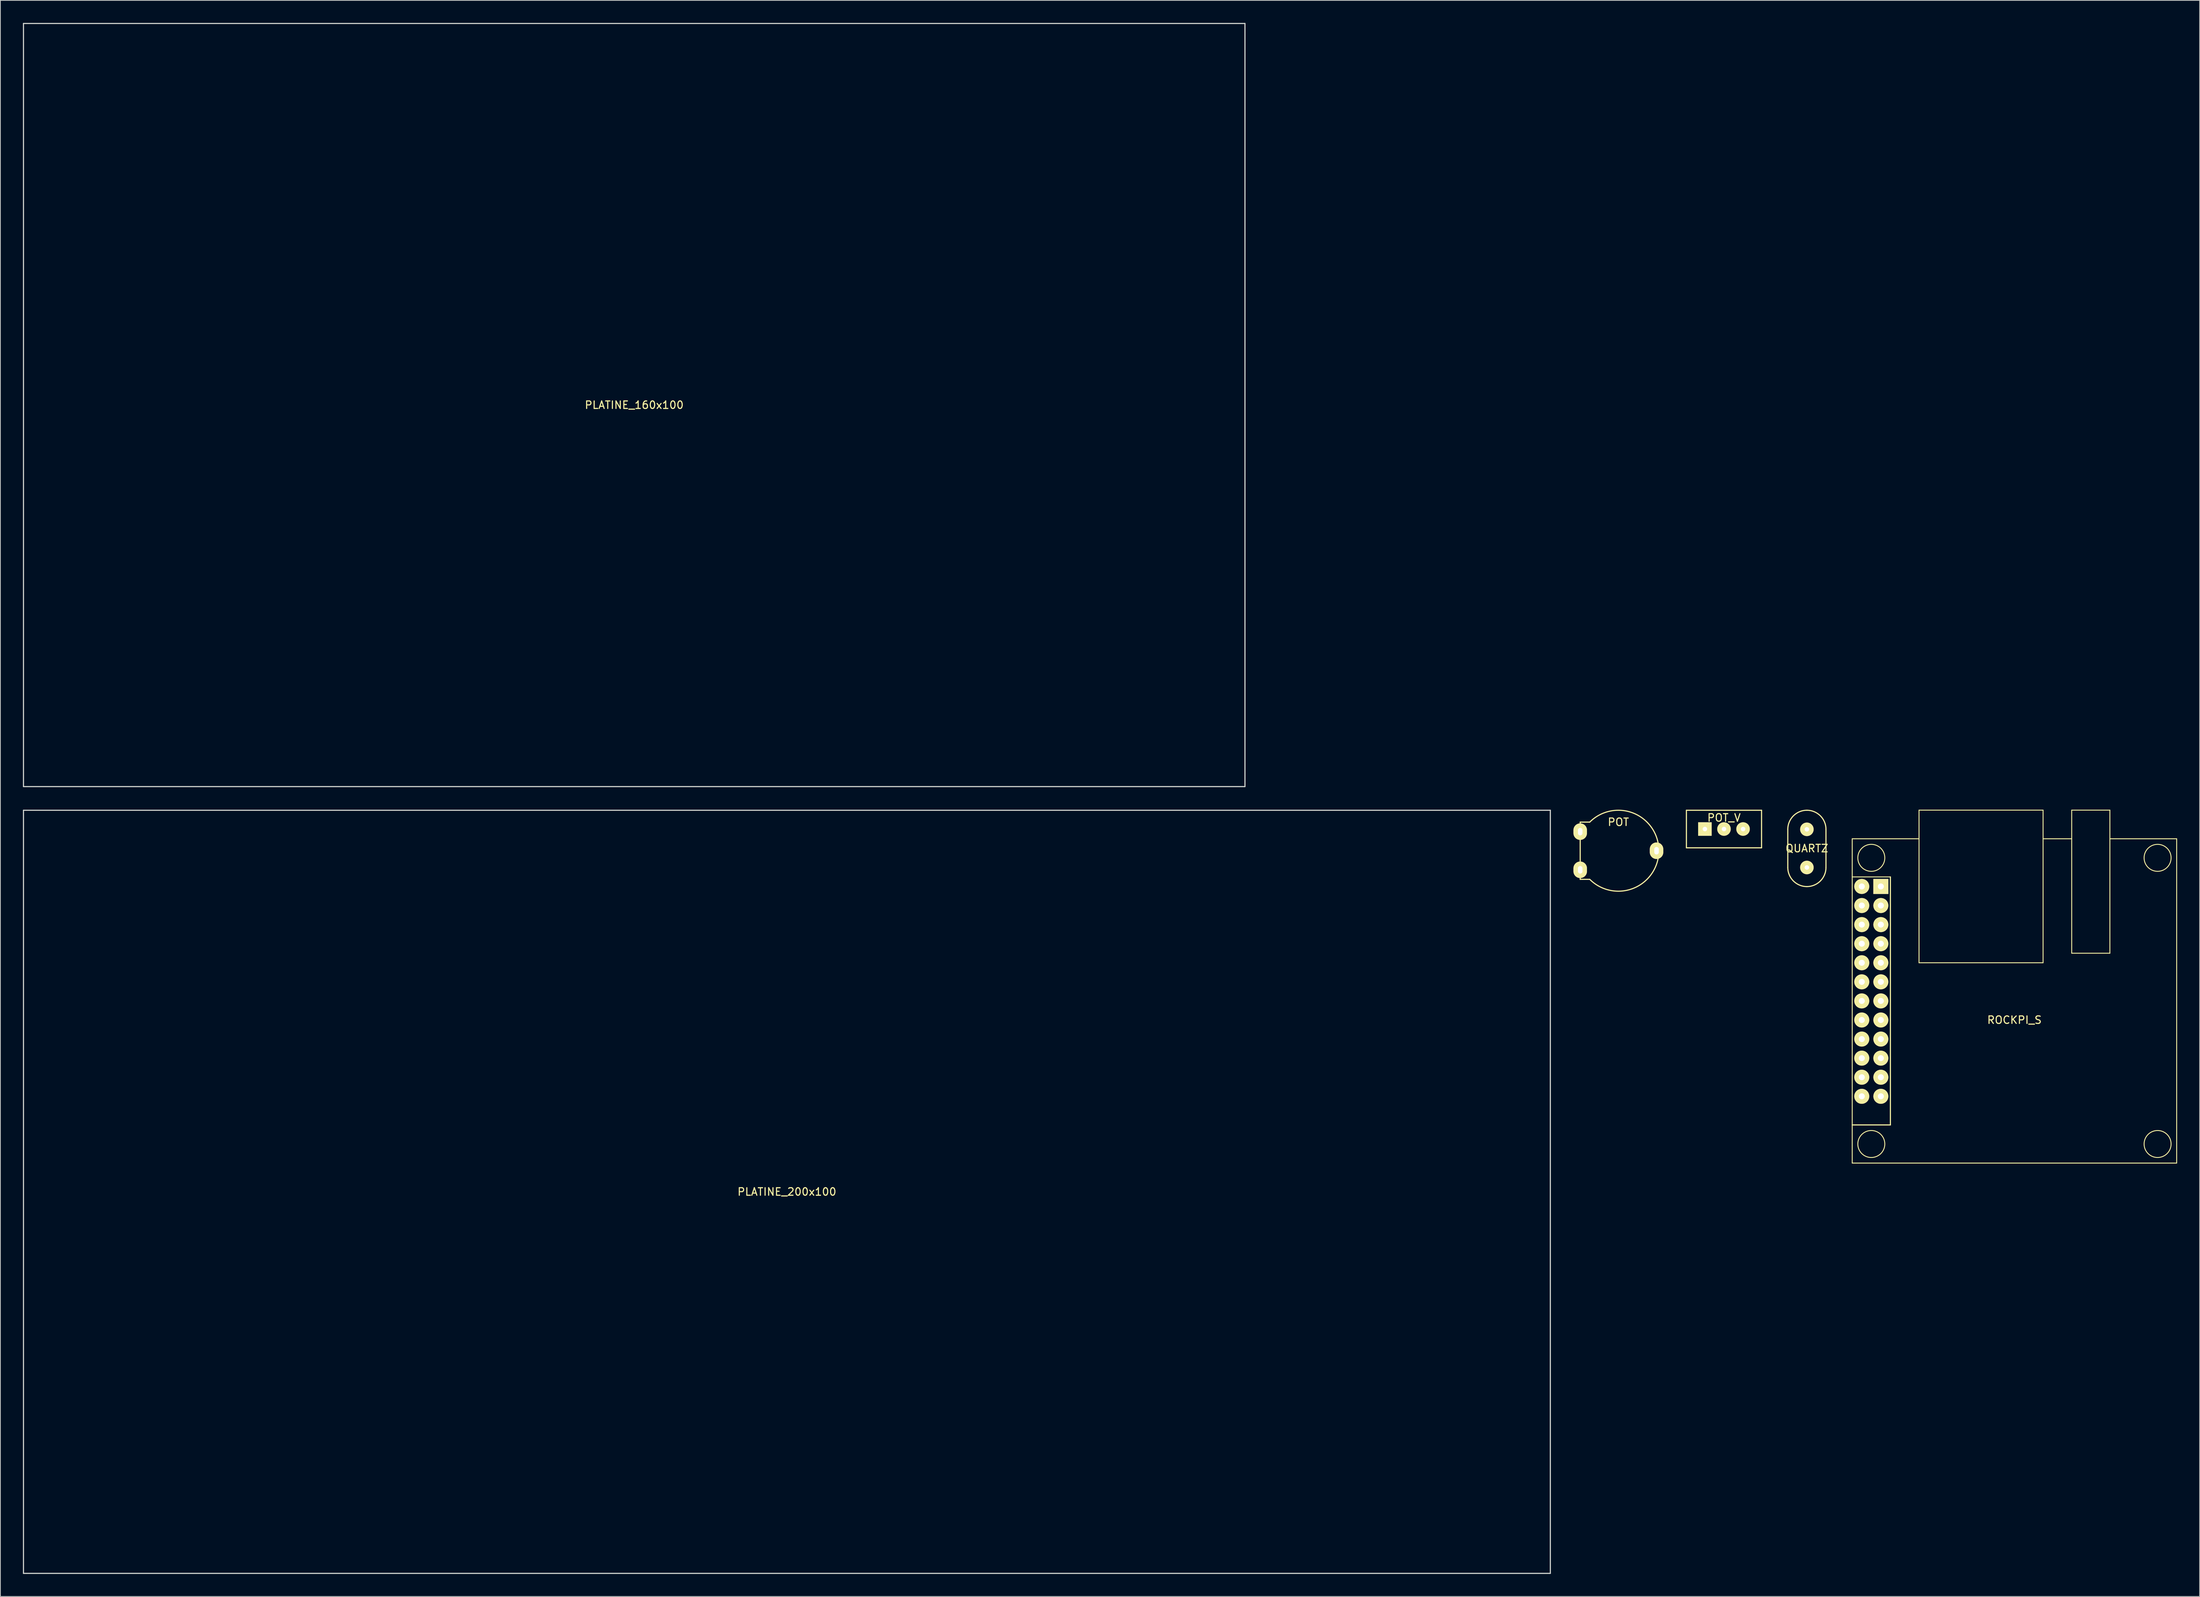
<source format=kicad_pcb>
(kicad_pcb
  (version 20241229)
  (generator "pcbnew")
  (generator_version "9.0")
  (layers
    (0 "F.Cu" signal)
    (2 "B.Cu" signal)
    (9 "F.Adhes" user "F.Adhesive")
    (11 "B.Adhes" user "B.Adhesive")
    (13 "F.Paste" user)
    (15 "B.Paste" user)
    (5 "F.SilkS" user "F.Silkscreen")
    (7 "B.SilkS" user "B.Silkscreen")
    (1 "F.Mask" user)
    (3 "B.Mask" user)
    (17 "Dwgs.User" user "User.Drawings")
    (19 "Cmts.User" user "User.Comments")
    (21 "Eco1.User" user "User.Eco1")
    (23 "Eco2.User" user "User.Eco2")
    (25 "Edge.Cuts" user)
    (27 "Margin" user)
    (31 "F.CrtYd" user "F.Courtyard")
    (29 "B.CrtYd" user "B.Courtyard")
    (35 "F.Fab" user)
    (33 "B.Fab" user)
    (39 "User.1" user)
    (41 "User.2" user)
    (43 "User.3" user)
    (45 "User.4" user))
  (footprint "ROCKPI_S"
    (layer "F.Cu")
    (at 265.042 130.21)
    (property "Reference" "ROCKPI_S" (at 0 2.54 0) (layer "F.SilkS") (effects (font (size 1 1) (thickness 0.15))))
    (attr through_hole)
    (fp_line (start -21.59 -21.59) (end -21.59 -16.51) (stroke (width 0.12) (type solid)) (layer "F.SilkS"))
    (fp_line (start -21.59 -21.59) (end -12.7 -21.59) (stroke (width 0.12) (type solid)) (layer "F.SilkS"))
    (fp_line (start -21.59 -16.51) (end -21.59 16.51) (stroke (width 0.12) (type solid)) (layer "F.SilkS"))
    (fp_line (start -21.59 16.51) (end -21.59 21.59) (stroke (width 0.12) (type solid)) (layer "F.SilkS"))
    (fp_line (start -21.59 21.59) (end 21.59 21.59) (stroke (width 0.12) (type solid)) (layer "F.SilkS"))
    (fp_line (start -16.51 -16.51) (end -21.59 -16.51) (stroke (width 0.12) (type solid)) (layer "F.SilkS"))
    (fp_line (start -16.51 -16.51) (end -16.51 16.51) (stroke (width 0.15) (type solid)) (layer "F.SilkS"))
    (fp_line (start -16.51 16.51) (end -21.59 16.51) (stroke (width 0.15) (type solid)) (layer "F.SilkS"))
    (fp_line (start -12.7 -25.4) (end 3.81 -25.4) (stroke (width 0.12) (type solid)) (layer "F.SilkS"))
    (fp_line (start -12.7 -5.08) (end -12.7 -25.4) (stroke (width 0.12) (type solid)) (layer "F.SilkS"))
    (fp_line (start 3.81 -25.4) (end 3.81 -5.08) (stroke (width 0.12) (type solid)) (layer "F.SilkS"))
    (fp_line (start 3.81 -5.08) (end -12.7 -5.08) (stroke (width 0.12) (type solid)) (layer "F.SilkS"))
    (fp_line (start 7.62 -25.4) (end 12.7 -25.4) (stroke (width 0.12) (type solid)) (layer "F.SilkS"))
    (fp_line (start 7.62 -21.59) (end 3.81 -21.59) (stroke (width 0.12) (type solid)) (layer "F.SilkS"))
    (fp_line (start 7.62 -6.35) (end 7.62 -25.4) (stroke (width 0.12) (type solid)) (layer "F.SilkS"))
    (fp_line (start 12.7 -25.4) (end 12.7 -6.35) (stroke (width 0.12) (type solid)) (layer "F.SilkS"))
    (fp_line (start 12.7 -21.59) (end 21.59 -21.59) (stroke (width 0.12) (type solid)) (layer "F.SilkS"))
    (fp_line (start 12.7 -6.35) (end 7.62 -6.35) (stroke (width 0.12) (type solid)) (layer "F.SilkS"))
    (fp_line (start 21.59 -21.59) (end 21.59 21.59) (stroke (width 0.12) (type solid)) (layer "F.SilkS"))
    (fp_circle (center -19.05 -19.05) (end -17.78 -17.78) (stroke (width 0.12) (type solid)) (fill no) (layer "F.SilkS"))
    (fp_circle (center -19.05 19.05) (end -17.78 20.32) (stroke (width 0.12) (type solid)) (fill no) (layer "F.SilkS"))
    (fp_circle (center 19.05 -19.05) (end 20.32 -17.78) (stroke (width 0.12) (type solid)) (fill no) (layer "F.SilkS"))
    (fp_circle (center 19.05 19.05) (end 17.78 20.32) (stroke (width 0.12) (type solid)) (fill no) (layer "F.SilkS"))
    (pad "1" thru_hole rect (at -17.78 -15.24 270) (size 2 2) (drill 0.8) (layers "*.Cu" "*.Mask" "F.SilkS"))
    (pad "2" thru_hole circle (at -20.32 -15.24 270) (size 2 2) (drill 0.8) (layers "*.Cu" "*.Mask" "F.SilkS"))
    (pad "3" thru_hole circle (at -17.78 -12.7 270) (size 2 2) (drill 0.8) (layers "*.Cu" "*.Mask" "F.SilkS"))
    (pad "4" thru_hole circle (at -20.32 -12.7 270) (size 2 2) (drill 0.8) (layers "*.Cu" "*.Mask" "F.SilkS"))
    (pad "5" thru_hole circle (at -17.78 -10.16 270) (size 2 2) (drill 0.8) (layers "*.Cu" "*.Mask" "F.SilkS"))
    (pad "6" thru_hole circle (at -20.32 -10.16 270) (size 2 2) (drill 0.8) (layers "*.Cu" "*.Mask" "F.SilkS"))
    (pad "7" thru_hole circle (at -17.78 -7.62 270) (size 2 2) (drill 0.8) (layers "*.Cu" "*.Mask" "F.SilkS"))
    (pad "8" thru_hole circle (at -20.32 -7.62 270) (size 2 2) (drill 0.8) (layers "*.Cu" "*.Mask" "F.SilkS"))
    (pad "9" thru_hole circle (at -17.78 -5.08 270) (size 2 2) (drill 0.8) (layers "*.Cu" "*.Mask" "F.SilkS"))
    (pad "10" thru_hole circle (at -20.32 -5.08 270) (size 2 2) (drill 0.8) (layers "*.Cu" "*.Mask" "F.SilkS"))
    (pad "11" thru_hole circle (at -17.78 -2.54 270) (size 1.999 1.999) (drill 0.8) (layers "*.Cu" "*.Mask" "F.SilkS"))
    (pad "12" thru_hole circle (at -20.32 -2.54 270) (size 1.999 1.999) (drill 0.8) (layers "*.Cu" "*.Mask" "F.SilkS"))
    (pad "13" thru_hole circle (at -17.78 0 270) (size 1.999 1.999) (drill 0.8) (layers "*.Cu" "*.Mask" "F.SilkS"))
    (pad "14" thru_hole circle (at -20.32 0 270) (size 1.999 1.999) (drill 0.8) (layers "*.Cu" "*.Mask" "F.SilkS"))
    (pad "15" thru_hole circle (at -17.78 2.54 270) (size 1.999 1.999) (drill 0.8) (layers "*.Cu" "*.Mask" "F.SilkS"))
    (pad "16" thru_hole circle (at -20.32 2.54 270) (size 1.999 1.999) (drill 0.8) (layers "*.Cu" "*.Mask" "F.SilkS"))
    (pad "17" thru_hole circle (at -17.78 5.08) (size 1.999 1.999) (drill 0.8) (layers "*.Cu" "*.Mask" "F.SilkS"))
    (pad "18" thru_hole circle (at -20.32 5.08 270) (size 1.999 1.999) (drill 0.8) (layers "*.Cu" "*.Mask" "F.SilkS"))
    (pad "19" thru_hole circle (at -17.78 7.62 270) (size 1.999 1.999) (drill 0.8) (layers "*.Cu" "*.Mask" "F.SilkS"))
    (pad "20" thru_hole circle (at -20.32 7.62 270) (size 1.999 1.999) (drill 0.8) (layers "*.Cu" "*.Mask" "F.SilkS"))
    (pad "21" thru_hole circle (at -17.78 10.16 270) (size 1.999 1.999) (drill 0.8) (layers "*.Cu" "*.Mask" "F.SilkS"))
    (pad "22" thru_hole circle (at -20.32 10.16 270) (size 1.999 1.999) (drill 0.8) (layers "*.Cu" "*.Mask" "F.SilkS"))
    (pad "23" thru_hole circle (at -17.78 12.7 270) (size 1.999 1.999) (drill 0.8) (layers "*.Cu" "*.Mask" "F.SilkS"))
    (pad "24" thru_hole circle (at -20.32 12.7 270) (size 1.999 1.999) (drill 0.8) (layers "*.Cu" "*.Mask" "F.SilkS")))
  (footprint "POT"
    (layer "F.Cu")
    (at 212.33 108.943)
    (property "Reference" "POT" (at 0 -2.54 0) (layer "F.SilkS") (effects (font (size 1 1) (thickness 0.15))))
    (attr through_hole)
    (fp_line (start -5.08 -2.54) (end -5.08 5.08) (stroke (width 0.15) (type solid)) (layer "F.SilkS"))
    (fp_line (start -5.08 5.08) (end -3.81 5.08) (stroke (width 0.15) (type solid)) (layer "F.SilkS"))
    (fp_line (start -3.81 -2.54) (end -5.08 -2.54) (stroke (width 0.15) (type solid)) (layer "F.SilkS"))
    (fp_arc (start -3.81 -2.54) (mid 0 -4.118154) (end 3.81 -2.54) (stroke (width 0.15) (type solid)) (layer "F.SilkS"))
    (fp_arc (start 3.81 -2.54) (mid 5.388154 1.27) (end 3.81 5.08) (stroke (width 0.15) (type solid)) (layer "F.SilkS"))
    (fp_arc (start 3.81 5.08) (mid 0 6.658154) (end -3.81 5.08) (stroke (width 0.15) (type solid)) (layer "F.SilkS"))
    (pad "1" thru_hole oval (at -5.08 -1.27) (size 1.8 2.2) (drill oval 0.6 1) (layers "*.Cu" "*.Mask" "F.SilkS"))
    (pad "2" thru_hole oval (at 5.08 1.27) (size 1.8 2.2) (drill oval 0.6 1) (layers "*.Cu" "*.Mask" "F.SilkS"))
    (pad "3" thru_hole oval (at -5.08 3.81) (size 1.8 2.2) (drill oval 0.6 1) (layers "*.Cu" "*.Mask" "F.SilkS")))
  (footprint "POT_V"
    (layer "F.Cu")
    (at 226.385 107.325)
    (property "Reference" "POT_V" (at 0 -1.5 0) (layer "F.SilkS") (effects (font (size 1 1) (thickness 0.15))))
    (attr through_hole)
    (fp_line (start -5 -2.5) (end 5 -2.5) (stroke (width 0.15) (type solid)) (layer "F.SilkS"))
    (fp_line (start -5 2.5) (end -5 -2.5) (stroke (width 0.15) (type solid)) (layer "F.SilkS"))
    (fp_line (start 5 -2.5) (end 5 2.5) (stroke (width 0.15) (type solid)) (layer "F.SilkS"))
    (fp_line (start 5 2.5) (end -5 2.5) (stroke (width 0.15) (type solid)) (layer "F.SilkS"))
    (pad "1" thru_hole rect (at -2.54 0) (size 1.801 1.801) (drill 0.599) (layers "*.Cu" "*.Mask" "F.SilkS"))
    (pad "2" thru_hole circle (at 0 0) (size 1.801 1.801) (drill 0.599) (layers "*.Cu" "*.Mask" "F.SilkS"))
    (pad "3" thru_hole circle (at 2.54 0) (size 1.801 1.801) (drill 0.599) (layers "*.Cu" "*.Mask" "F.SilkS")))
  (footprint "PLATINE_200x100"
    (layer "F.Cu")
    (at 101.675 155.625)
    (property "Reference" "PLATINE_200x100" (at 0 0 0) (layer "F.SilkS") (effects (font (size 1 1) (thickness 0.15))))
    (attr through_hole)
    (fp_line (start -101.6 -50.8) (end -101.6 50.8) (stroke (width 0.15) (type solid)) (layer "Edge.Cuts"))
    (fp_line (start -101.6 -50.8) (end 101.6 -50.8) (stroke (width 0.15) (type solid)) (layer "Edge.Cuts"))
    (fp_line (start 101.6 -50.8) (end 101.6 50.8) (stroke (width 0.15) (type solid)) (layer "Edge.Cuts"))
    (fp_line (start 101.6 50.8) (end -101.6 50.8) (stroke (width 0.15) (type solid)) (layer "Edge.Cuts")))
  (footprint "QUARTZ"
    (layer "F.Cu")
    (at 237.418 109.905)
    (property "Reference" "QUARTZ" (at 0 0 0) (layer "F.SilkS") (effects (font (size 1 1) (thickness 0.15))))
    (attr through_hole)
    (fp_line (start -2.54 -2.54) (end -2.54 2.54) (stroke (width 0.15) (type solid)) (layer "F.SilkS"))
    (fp_line (start 2.54 -2.54) (end 2.54 2.54) (stroke (width 0.15) (type solid)) (layer "F.SilkS"))
    (fp_arc (start -2.54 -2.54) (mid -1.796051 -4.336051) (end 0 -5.08) (stroke (width 0.15) (type solid)) (layer "F.SilkS"))
    (fp_arc (start 0 -5.08) (mid 1.796051 -4.336051) (end 2.54 -2.54) (stroke (width 0.15) (type solid)) (layer "F.SilkS"))
    (fp_arc (start 0 5.08) (mid -1.796051 4.336051) (end -2.54 2.54) (stroke (width 0.15) (type solid)) (layer "F.SilkS"))
    (fp_arc (start 2.54 2.54) (mid 1.796051 4.336051) (end 0 5.08) (stroke (width 0.15) (type solid)) (layer "F.SilkS"))
    (pad "1" thru_hole circle (at 0 -2.54) (size 1.801 1.801) (drill 0.599) (layers "*.Cu" "*.Mask" "F.SilkS"))
    (pad "2" thru_hole circle (at 0 2.54) (size 1.801 1.801) (drill 0.599) (layers "*.Cu" "*.Mask" "F.SilkS")))
  (footprint "PLATINE_160x100"
    (layer "F.Cu")
    (at 81.355 50.875)
    (property "Reference" "PLATINE_160x100" (at 0 0 0) (layer "F.SilkS") (effects (font (size 1 1) (thickness 0.15))))
    (attr through_hole)
    (fp_line (start -81.28 -50.8) (end -81.28 50.8) (stroke (width 0.15) (type solid)) (layer "Edge.Cuts"))
    (fp_line (start -81.28 -50.8) (end 81.28 -50.8) (stroke (width 0.15) (type solid)) (layer "Edge.Cuts"))
    (fp_line (start 81.28 -50.8) (end 81.28 50.8) (stroke (width 0.15) (type solid)) (layer "Edge.Cuts"))
    (fp_line (start 81.28 50.8) (end -81.28 50.8) (stroke (width 0.15) (type solid)) (layer "Edge.Cuts")))
  (gr_rect
    (start -3 -3)
    (end 289.692 209.5)
    (stroke (width 0.1) (type default))
    (fill no)
    (layer "Edge.Cuts")))
</source>
